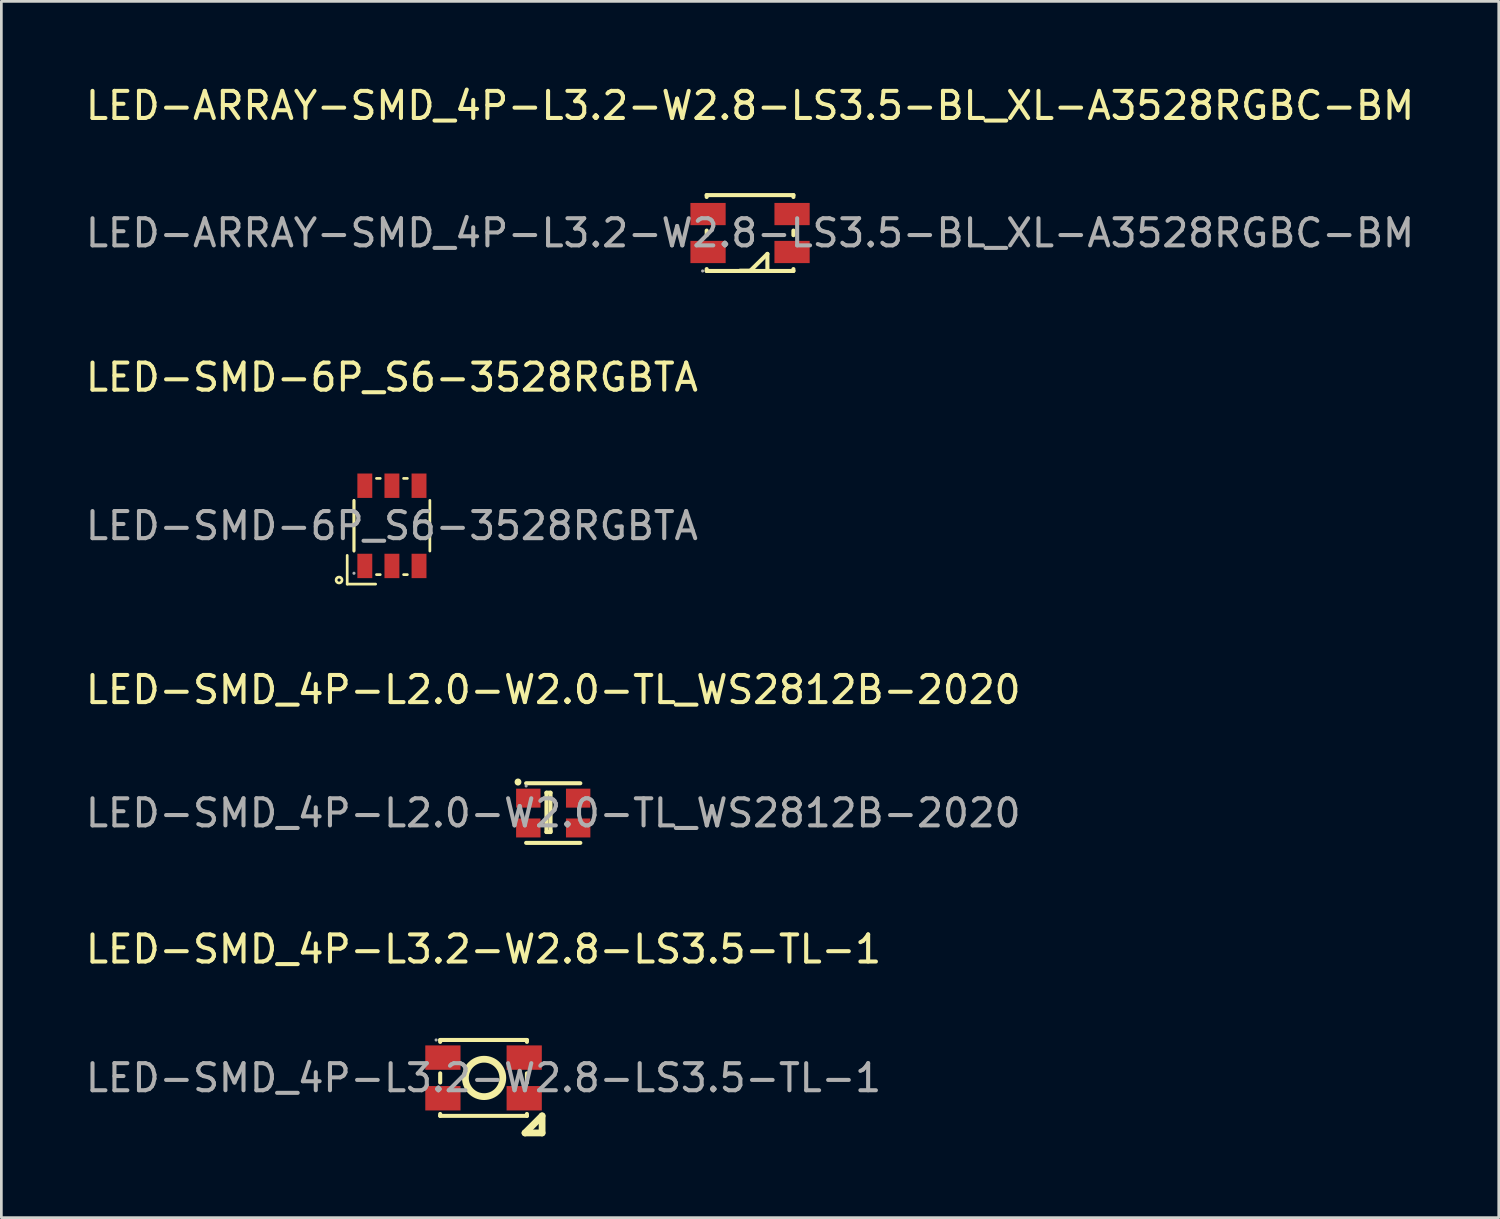
<source format=kicad_pcb>
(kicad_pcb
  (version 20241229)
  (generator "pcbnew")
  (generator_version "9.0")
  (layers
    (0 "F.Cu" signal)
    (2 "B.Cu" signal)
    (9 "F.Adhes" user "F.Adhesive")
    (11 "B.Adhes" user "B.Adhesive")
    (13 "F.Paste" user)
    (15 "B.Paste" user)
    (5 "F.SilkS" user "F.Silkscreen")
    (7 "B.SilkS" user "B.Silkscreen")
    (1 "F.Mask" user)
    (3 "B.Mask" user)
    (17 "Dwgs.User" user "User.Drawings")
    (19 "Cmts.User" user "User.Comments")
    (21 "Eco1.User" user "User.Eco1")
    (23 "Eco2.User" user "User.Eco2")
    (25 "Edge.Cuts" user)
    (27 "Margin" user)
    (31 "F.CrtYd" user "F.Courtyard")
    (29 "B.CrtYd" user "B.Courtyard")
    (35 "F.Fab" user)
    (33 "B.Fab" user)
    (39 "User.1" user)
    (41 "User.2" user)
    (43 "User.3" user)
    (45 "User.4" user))
  (footprint "LED-ARRAY-SMD_4P-L3.2-W2.8-LS3.5-BL_XL-A3528RGBC-BM"
    (layer "F.Cu")
    (at 24.625 5.548)
    (property "Reference" "LED-ARRAY-SMD_4P-L3.2-W2.8-LS3.5-BL_XL-A3528RGBC-BM" (at 0 -4.7 0) (layer "F.SilkS") (effects (font (size 1 1) (thickness 0.15))))
    (attr smd)
    (fp_line (start -1.6 -1.4) (end -1.6 -1.33) (stroke (width 0.15) (type solid)) (layer "F.SilkS"))
    (fp_line (start -1.6 -0.09) (end -1.6 0.08) (stroke (width 0.15) (type solid)) (layer "F.SilkS"))
    (fp_line (start -1.6 1.33) (end -1.6 1.4) (stroke (width 0.15) (type solid)) (layer "F.SilkS"))
    (fp_line (start -1.6 1.4) (end 1.6 1.4) (stroke (width 0.15) (type solid)) (layer "F.SilkS"))
    (fp_line (start 0.01 1.39) (end -0.37 1.39) (stroke (width 0.15) (type solid)) (layer "F.SilkS"))
    (fp_line (start 0.64 0.77) (end 0.01 1.39) (stroke (width 0.15) (type solid)) (layer "F.SilkS"))
    (fp_line (start 0.64 1.39) (end 0.64 0.77) (stroke (width 0.15) (type solid)) (layer "F.SilkS"))
    (fp_line (start 1.6 -1.4) (end -1.6 -1.4) (stroke (width 0.15) (type solid)) (layer "F.SilkS"))
    (fp_line (start 1.6 -1.33) (end 1.6 -1.4) (stroke (width 0.15) (type solid)) (layer "F.SilkS"))
    (fp_line (start 1.6 -0.09) (end 1.6 0.08) (stroke (width 0.15) (type solid)) (layer "F.SilkS"))
    (fp_line (start 1.6 1.4) (end 1.6 1.33) (stroke (width 0.15) (type solid)) (layer "F.SilkS"))
    (fp_circle (center -1.75 1.4) (end -1.72 1.4) (stroke (width 0.06) (type solid)) (fill no) (layer "F.Fab"))
    (fp_text user "${REFERENCE}" (at 0 0 0) (layer "F.Fab") (effects (font (size 1 1) (thickness 0.15))))
    (pad "1" smd rect (at -1.55 0.7 270) (size 0.82 1.3) (layers "F.Cu" "F.Mask" "F.Paste"))
    (pad "2" smd rect (at -1.55 -0.7 270) (size 0.82 1.3) (layers "F.Cu" "F.Mask" "F.Paste"))
    (pad "3" smd rect (at 1.55 0.7 270) (size 0.82 1.3) (layers "F.Cu" "F.Mask" "F.Paste"))
    (pad "4" smd rect (at 1.55 -0.7 270) (size 0.82 1.3) (layers "F.Cu" "F.Mask" "F.Paste")))
  (footprint "LED-SMD_4P-L2.0-W2.0-TL_WS2812B-2020"
    (layer "F.Cu")
    (at 17.363 26.95)
    (property "Reference" "LED-SMD_4P-L2.0-W2.0-TL_WS2812B-2020" (at 0 -4.55 0) (layer "F.SilkS") (effects (font (size 1 1) (thickness 0.15))))
    (attr smd)
    (fp_line (start -1.3 -1.15) (end -1.3 -1.14) (stroke (width 0.25) (type solid)) (layer "F.SilkS"))
    (fp_line (start -1 1.1) (end 1 1.1) (stroke (width 0.15) (type solid)) (layer "F.SilkS"))
    (fp_line (start -0.25 -0.75) (end -0.25 0.7) (stroke (width 0.15) (type solid)) (layer "F.SilkS"))
    (fp_line (start -0.25 -0.75) (end -0.1 -0.75) (stroke (width 0.15) (type solid)) (layer "F.SilkS"))
    (fp_line (start -0.1 -0.75) (end -0.1 0.65) (stroke (width 0.15) (type solid)) (layer "F.SilkS"))
    (fp_line (start -0.1 0.65) (end -0.1 0.7) (stroke (width 0.15) (type solid)) (layer "F.SilkS"))
    (fp_line (start -0.1 0.7) (end -0.25 0.7) (stroke (width 0.15) (type solid)) (layer "F.SilkS"))
    (fp_line (start 1 -1.1) (end -1 -1.1) (stroke (width 0.15) (type solid)) (layer "F.SilkS"))
    (fp_circle (center -1 -1) (end -0.97 -1) (stroke (width 0.06) (type solid)) (fill no) (layer "F.Fab"))
    (fp_text user "${REFERENCE}" (at 0 0 0) (layer "F.Fab") (effects (font (size 1 1) (thickness 0.15))))
    (pad "1" smd rect (at -0.92 -0.55) (size 0.9 0.7) (layers "F.Cu" "F.Mask" "F.Paste"))
    (pad "2" smd rect (at -0.92 0.55) (size 0.9 0.7) (layers "F.Cu" "F.Mask" "F.Paste"))
    (pad "3" smd rect (at 0.92 0.55) (size 0.9 0.7) (layers "F.Cu" "F.Mask" "F.Paste"))
    (pad "4" smd rect (at 0.92 -0.55) (size 0.9 0.7) (layers "F.Cu" "F.Mask" "F.Paste")))
  (footprint "LED-SMD-6P_S6-3528RGBTA"
    (layer "F.Cu")
    (at 11.411 16.352)
    (property "Reference" "LED-SMD-6P_S6-3528RGBTA" (at 0 -5.48 0) (layer "F.SilkS") (effects (font (size 1 1) (thickness 0.15))))
    (attr smd)
    (fp_line (start -1.65 1.09) (end -1.65 2.15) (stroke (width 0.1) (type solid)) (layer "F.SilkS"))
    (fp_line (start -1.65 2.15) (end -0.6 2.15) (stroke (width 0.1) (type solid)) (layer "F.SilkS"))
    (fp_line (start -1.4 0.93) (end -1.4 -0.94) (stroke (width 0.1) (type solid)) (layer "F.SilkS"))
    (fp_line (start -1.4 0.93) (end -1.4 -0.94) (stroke (width 0.1) (type solid)) (layer "F.SilkS"))
    (fp_line (start -0.57 -1.75) (end -0.43 -1.75) (stroke (width 0.1) (type solid)) (layer "F.SilkS"))
    (fp_line (start -0.43 1.8) (end -0.57 1.8) (stroke (width 0.1) (type solid)) (layer "F.SilkS"))
    (fp_line (start 0.43 -1.75) (end 0.57 -1.75) (stroke (width 0.1) (type solid)) (layer "F.SilkS"))
    (fp_line (start 0.57 1.8) (end 0.43 1.8) (stroke (width 0.1) (type solid)) (layer "F.SilkS"))
    (fp_line (start 1.4 -0.94) (end 1.4 0.93) (stroke (width 0.1) (type solid)) (layer "F.SilkS"))
    (fp_circle (center -1.95 2) (end -1.84 2) (stroke (width 0.1) (type solid)) (fill no) (layer "F.SilkS"))
    (fp_circle (center -1.4 1.75) (end -1.37 1.75) (stroke (width 0.06) (type solid)) (fill no) (layer "F.Fab"))
    (fp_text user "${REFERENCE}" (at 0 0 0) (layer "F.Fab") (effects (font (size 1 1) (thickness 0.15))))
    (pad "1" smd rect (at -1 1.48 180) (size 0.55 0.9) (layers "F.Cu" "F.Mask" "F.Paste"))
    (pad "2" smd rect (at 0 1.48 180) (size 0.55 0.9) (layers "F.Cu" "F.Mask" "F.Paste"))
    (pad "3" smd rect (at 1 1.48 180) (size 0.55 0.9) (layers "F.Cu" "F.Mask" "F.Paste"))
    (pad "4" smd rect (at 1 -1.48 180) (size 0.55 0.9) (layers "F.Cu" "F.Mask" "F.Paste"))
    (pad "5" smd rect (at 0 -1.48 180) (size 0.55 0.9) (layers "F.Cu" "F.Mask" "F.Paste"))
    (pad "6" smd rect (at -1 -1.48 180) (size 0.55 0.9) (layers "F.Cu" "F.Mask" "F.Paste")))
  (footprint "LED-SMD_4P-L3.2-W2.8-LS3.5-TL-1"
    (layer "F.Cu")
    (at 14.792 36.723)
    (property "Reference" "LED-SMD_4P-L3.2-W2.8-LS3.5-TL-1" (at 0 -4.75 0) (layer "F.SilkS") (effects (font (size 1 1) (thickness 0.15))))
    (attr smd)
    (fp_line (start -1.6 -1.4) (end 1.6 -1.4) (stroke (width 0.15) (type solid)) (layer "F.SilkS"))
    (fp_line (start -1.6 -1.33) (end -1.6 -1.4) (stroke (width 0.15) (type solid)) (layer "F.SilkS"))
    (fp_line (start -1.6 0.17) (end -1.6 -0.17) (stroke (width 0.15) (type solid)) (layer "F.SilkS"))
    (fp_line (start -1.6 1.4) (end -1.6 1.33) (stroke (width 0.15) (type solid)) (layer "F.SilkS"))
    (fp_line (start 1.53 2.03) (end 2.16 1.4) (stroke (width 0.25) (type solid)) (layer "F.SilkS"))
    (fp_line (start 1.6 -1.4) (end 1.6 -1.33) (stroke (width 0.15) (type solid)) (layer "F.SilkS"))
    (fp_line (start 1.6 -0.17) (end 1.6 0.17) (stroke (width 0.15) (type solid)) (layer "F.SilkS"))
    (fp_line (start 1.6 1.33) (end 1.6 1.4) (stroke (width 0.15) (type solid)) (layer "F.SilkS"))
    (fp_line (start 1.6 1.4) (end -1.6 1.4) (stroke (width 0.15) (type solid)) (layer "F.SilkS"))
    (fp_line (start 2.16 1.4) (end 2.16 2.03) (stroke (width 0.25) (type solid)) (layer "F.SilkS"))
    (fp_line (start 2.16 2.03) (end 1.53 2.03) (stroke (width 0.25) (type solid)) (layer "F.SilkS"))
    (fp_circle (center 0.02 0) (end 0.71 0) (stroke (width 0.25) (type solid)) (fill no) (layer "F.SilkS"))
    (fp_circle (center -1.75 -1.4) (end -1.72 -1.4) (stroke (width 0.06) (type solid)) (fill no) (layer "F.Fab"))
    (fp_text user "${REFERENCE}" (at 0 0 0) (layer "F.Fab") (effects (font (size 1 1) (thickness 0.15))))
    (pad "1" smd rect (at -1.5 -0.75 90) (size 0.9 1.3) (layers "F.Cu" "F.Mask" "F.Paste"))
    (pad "2" smd rect (at -1.5 0.75 90) (size 0.9 1.3) (layers "F.Cu" "F.Mask" "F.Paste"))
    (pad "3" smd rect (at 1.5 -0.75 90) (size 0.9 1.3) (layers "F.Cu" "F.Mask" "F.Paste"))
    (pad "4" smd rect (at 1.5 0.75 90) (size 0.9 1.3) (layers "F.Cu" "F.Mask" "F.Paste")))
  (gr_rect
    (start -3 -3)
    (end 52.25 41.878)
    (stroke (width 0.1) (type default))
    (fill no)
    (layer "Edge.Cuts")))
</source>
